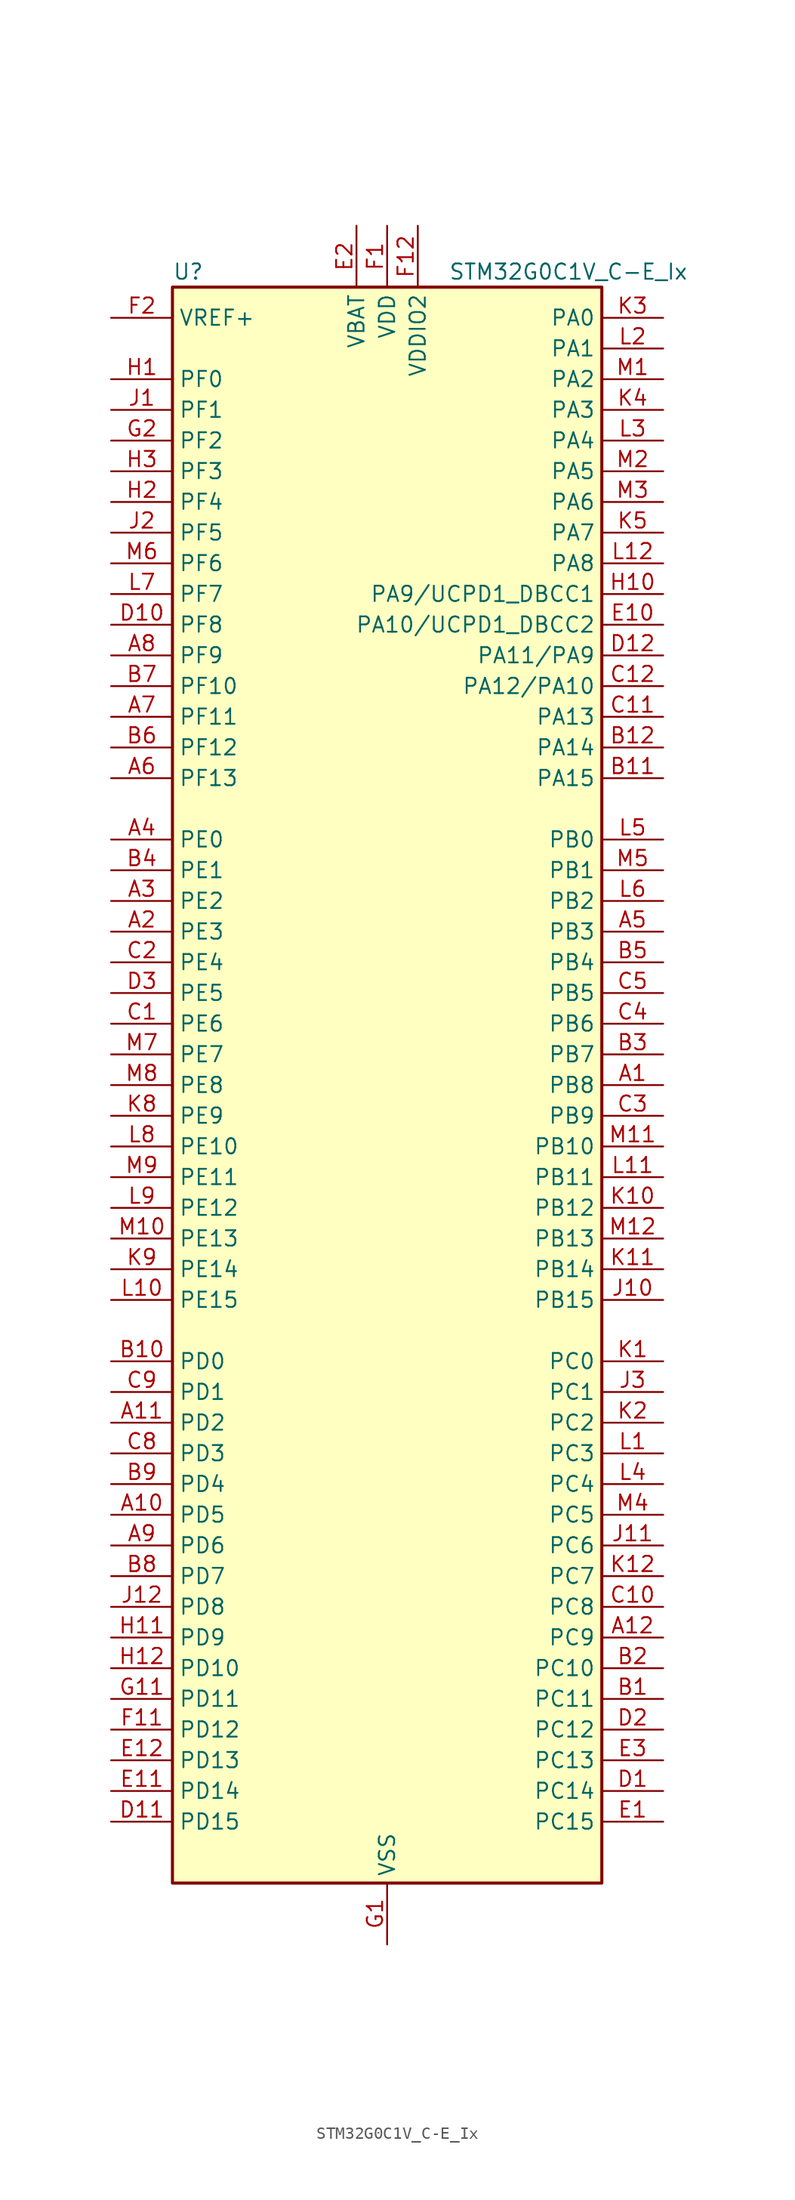
<source format=kicad_sym>
(kicad_symbol_lib
  (version 20211014)
  (generator kicad-library-utils)
  (symbol "STM32G0C1V_C-E_Ix"
    (property "Reference" "U"
      (at -17.78 67.31 0)
      (effects (font (size 1.27 1.27)) (justify left)))
    (property "Value" "STM32G0C1V_C-E_Ix"
      (at 5.08 67.31 0)
      (effects (font (size 1.27 1.27)) (justify left)))
    (property "ki_fp_filters" "*UFBGA*7x7mm*Layout12x12*P0.5mm*"
      (at 0.0 0.0 0.0)
      (effects (font (size 1.27 1.27))))
    (symbol "STM32G0C1V_C-E_Ix_0_1"
      (rectangle (start -17.78 -66.04) (end 17.78 66.04) (stroke (width 0.254)) (fill (type background))))
    (symbol "STM32G0C1V_C-E_Ix_1_1"
      (pin input line (at -22.86 63.5 0) (length 5.08) (name "VREF+" (effects (font (size 1.27 1.27)))) (number "F2" (effects (font (size 1.27 1.27)))) (alternate "VREFBUF_OUT" bidirectional line))
      (pin bidirectional line (at -22.86 58.42 0) (length 5.08) (name "PF0" (effects (font (size 1.27 1.27)))) (number "H1" (effects (font (size 1.27 1.27)))) (alternate "CRS1_SYNC" bidirectional line) (alternate "RCC_OSC_IN" bidirectional line) (alternate "TIM14_CH1" bidirectional line))
      (pin bidirectional line (at -22.86 55.88 0) (length 5.08) (name "PF1" (effects (font (size 1.27 1.27)))) (number "J1" (effects (font (size 1.27 1.27)))) (alternate "RCC_OSC_EN" bidirectional line) (alternate "RCC_OSC_OUT" bidirectional line) (alternate "TIM15_CH1N" bidirectional line))
      (pin bidirectional line (at -22.86 53.34 0) (length 5.08) (name "PF2" (effects (font (size 1.27 1.27)))) (number "G2" (effects (font (size 1.27 1.27)))) (alternate "LPUART2_DE" bidirectional line) (alternate "LPUART2_RTS" bidirectional line) (alternate "LPUART2_TX" bidirectional line) (alternate "RCC_MCO" bidirectional line))
      (pin bidirectional line (at -22.86 50.8 0) (length 5.08) (name "PF3" (effects (font (size 1.27 1.27)))) (number "H3" (effects (font (size 1.27 1.27)))) (alternate "LPUART2_RX" bidirectional line) (alternate "USART6_CK" bidirectional line) (alternate "USART6_DE" bidirectional line) (alternate "USART6_RTS" bidirectional line))
      (pin bidirectional line (at -22.86 48.26 0) (length 5.08) (name "PF4" (effects (font (size 1.27 1.27)))) (number "H2" (effects (font (size 1.27 1.27)))) (alternate "LPUART1_TX" bidirectional line))
      (pin bidirectional line (at -22.86 45.72 0) (length 5.08) (name "PF5" (effects (font (size 1.27 1.27)))) (number "J2" (effects (font (size 1.27 1.27)))) (alternate "LPUART1_RX" bidirectional line))
      (pin bidirectional line (at -22.86 43.18 0) (length 5.08) (name "PF6" (effects (font (size 1.27 1.27)))) (number "M6" (effects (font (size 1.27 1.27)))) (alternate "LPUART1_DE" bidirectional line) (alternate "LPUART1_RTS" bidirectional line))
      (pin bidirectional line (at -22.86 40.64 0) (length 5.08) (name "PF7" (effects (font (size 1.27 1.27)))) (number "L7" (effects (font (size 1.27 1.27)))) (alternate "LPUART1_CTS" bidirectional line) (alternate "USART5_CTS" bidirectional line) (alternate "USART5_NSS" bidirectional line))
      (pin bidirectional line (at -22.86 38.1 0) (length 5.08) (name "PF8" (effects (font (size 1.27 1.27)))) (number "D10" (effects (font (size 1.27 1.27)))))
      (pin bidirectional line (at -22.86 35.56 0) (length 5.08) (name "PF9" (effects (font (size 1.27 1.27)))) (number "A8" (effects (font (size 1.27 1.27)))) (alternate "DAC1_EXTI9" bidirectional line) (alternate "USART6_TX" bidirectional line))
      (pin bidirectional line (at -22.86 33.02 0) (length 5.08) (name "PF10" (effects (font (size 1.27 1.27)))) (number "B7" (effects (font (size 1.27 1.27)))) (alternate "USART6_RX" bidirectional line))
      (pin bidirectional line (at -22.86 30.48 0) (length 5.08) (name "PF11" (effects (font (size 1.27 1.27)))) (number "A7" (effects (font (size 1.27 1.27)))) (alternate "ADC1_EXTI11" bidirectional line) (alternate "USART6_CK" bidirectional line) (alternate "USART6_DE" bidirectional line) (alternate "USART6_RTS" bidirectional line))
      (pin bidirectional line (at -22.86 27.94 0) (length 5.08) (name "PF12" (effects (font (size 1.27 1.27)))) (number "B6" (effects (font (size 1.27 1.27)))) (alternate "TIM15_CH1" bidirectional line) (alternate "USART6_CTS" bidirectional line) (alternate "USART6_NSS" bidirectional line))
      (pin bidirectional line (at -22.86 25.4 0) (length 5.08) (name "PF13" (effects (font (size 1.27 1.27)))) (number "A6" (effects (font (size 1.27 1.27)))) (alternate "TIM15_CH2" bidirectional line))
      (pin bidirectional line (at -22.86 20.32 0) (length 5.08) (name "PE0" (effects (font (size 1.27 1.27)))) (number "A4" (effects (font (size 1.27 1.27)))) (alternate "TIM16_CH1" bidirectional line) (alternate "TIM4_ETR" bidirectional line))
      (pin bidirectional line (at -22.86 17.78 0) (length 5.08) (name "PE1" (effects (font (size 1.27 1.27)))) (number "B4" (effects (font (size 1.27 1.27)))) (alternate "TIM17_CH1" bidirectional line))
      (pin bidirectional line (at -22.86 15.24 0) (length 5.08) (name "PE2" (effects (font (size 1.27 1.27)))) (number "A3" (effects (font (size 1.27 1.27)))) (alternate "TIM3_ETR" bidirectional line))
      (pin bidirectional line (at -22.86 12.7 0) (length 5.08) (name "PE3" (effects (font (size 1.27 1.27)))) (number "A2" (effects (font (size 1.27 1.27)))) (alternate "TIM3_CH1" bidirectional line))
      (pin bidirectional line (at -22.86 10.16 0) (length 5.08) (name "PE4" (effects (font (size 1.27 1.27)))) (number "C2" (effects (font (size 1.27 1.27)))) (alternate "TIM3_CH2" bidirectional line))
      (pin bidirectional line (at -22.86 7.62 0) (length 5.08) (name "PE5" (effects (font (size 1.27 1.27)))) (number "D3" (effects (font (size 1.27 1.27)))) (alternate "TIM3_CH3" bidirectional line))
      (pin bidirectional line (at -22.86 5.08 0) (length 5.08) (name "PE6" (effects (font (size 1.27 1.27)))) (number "C1" (effects (font (size 1.27 1.27)))) (alternate "RTC_TAMP_IN3" bidirectional line) (alternate "SYS_WKUP3" bidirectional line) (alternate "TIM3_CH4" bidirectional line))
      (pin bidirectional line (at -22.86 2.54 0) (length 5.08) (name "PE7" (effects (font (size 1.27 1.27)))) (number "M7" (effects (font (size 1.27 1.27)))) (alternate "COMP3_INP" bidirectional line) (alternate "TIM1_ETR" bidirectional line) (alternate "USART5_CK" bidirectional line) (alternate "USART5_DE" bidirectional line) (alternate "USART5_RTS" bidirectional line))
      (pin bidirectional line (at -22.86 0.0 0) (length 5.08) (name "PE8" (effects (font (size 1.27 1.27)))) (number "M8" (effects (font (size 1.27 1.27)))) (alternate "COMP3_INM" bidirectional line) (alternate "TIM1_CH1N" bidirectional line) (alternate "USART4_TX" bidirectional line))
      (pin bidirectional line (at -22.86 -2.54 0) (length 5.08) (name "PE9" (effects (font (size 1.27 1.27)))) (number "K8" (effects (font (size 1.27 1.27)))) (alternate "DAC1_EXTI9" bidirectional line) (alternate "TIM1_CH1" bidirectional line) (alternate "USART4_RX" bidirectional line))
      (pin bidirectional line (at -22.86 -5.08 0) (length 5.08) (name "PE10" (effects (font (size 1.27 1.27)))) (number "L8" (effects (font (size 1.27 1.27)))) (alternate "TIM1_CH2N" bidirectional line) (alternate "USART5_TX" bidirectional line))
      (pin bidirectional line (at -22.86 -7.62 0) (length 5.08) (name "PE11" (effects (font (size 1.27 1.27)))) (number "M9" (effects (font (size 1.27 1.27)))) (alternate "ADC1_EXTI11" bidirectional line) (alternate "TIM1_CH2" bidirectional line) (alternate "USART5_RX" bidirectional line))
      (pin bidirectional line (at -22.86 -10.16 0) (length 5.08) (name "PE12" (effects (font (size 1.27 1.27)))) (number "L9" (effects (font (size 1.27 1.27)))) (alternate "I2S1_WS" bidirectional line) (alternate "SPI1_NSS" bidirectional line) (alternate "TIM1_CH3N" bidirectional line))
      (pin bidirectional line (at -22.86 -12.7 0) (length 5.08) (name "PE13" (effects (font (size 1.27 1.27)))) (number "M10" (effects (font (size 1.27 1.27)))) (alternate "I2S1_CK" bidirectional line) (alternate "SPI1_SCK" bidirectional line) (alternate "TIM1_CH3" bidirectional line))
      (pin bidirectional line (at -22.86 -15.24 0) (length 5.08) (name "PE14" (effects (font (size 1.27 1.27)))) (number "K9" (effects (font (size 1.27 1.27)))) (alternate "I2S1_MCK" bidirectional line) (alternate "SPI1_MISO" bidirectional line) (alternate "TIM1_BK2" bidirectional line) (alternate "TIM1_CH4" bidirectional line))
      (pin bidirectional line (at -22.86 -17.78 0) (length 5.08) (name "PE15" (effects (font (size 1.27 1.27)))) (number "L10" (effects (font (size 1.27 1.27)))) (alternate "I2S1_SD" bidirectional line) (alternate "SPI1_MOSI" bidirectional line) (alternate "TIM1_BK" bidirectional line))
      (pin bidirectional line (at -22.86 -22.86 0) (length 5.08) (name "PD0" (effects (font (size 1.27 1.27)))) (number "B10" (effects (font (size 1.27 1.27)))) (alternate "FDCAN1_RX" bidirectional line) (alternate "I2S2_WS" bidirectional line) (alternate "SPI2_NSS" bidirectional line) (alternate "TIM16_CH1" bidirectional line) (alternate "UCPD2_CC1" bidirectional line))
      (pin bidirectional line (at -22.86 -25.4 0) (length 5.08) (name "PD1" (effects (font (size 1.27 1.27)))) (number "C9" (effects (font (size 1.27 1.27)))) (alternate "FDCAN1_TX" bidirectional line) (alternate "I2S2_CK" bidirectional line) (alternate "SPI2_SCK" bidirectional line) (alternate "TIM17_CH1" bidirectional line) (alternate "UCPD2_DBCC1" bidirectional line))
      (pin bidirectional line (at -22.86 -27.94 0) (length 5.08) (name "PD2" (effects (font (size 1.27 1.27)))) (number "A11" (effects (font (size 1.27 1.27)))) (alternate "TIM1_CH1N" bidirectional line) (alternate "TIM3_ETR" bidirectional line) (alternate "UCPD2_CC2" bidirectional line) (alternate "USART3_CK" bidirectional line) (alternate "USART3_DE" bidirectional line) (alternate "USART3_RTS" bidirectional line) (alternate "USART5_RX" bidirectional line))
      (pin bidirectional line (at -22.86 -30.48 0) (length 5.08) (name "PD3" (effects (font (size 1.27 1.27)))) (number "C8" (effects (font (size 1.27 1.27)))) (alternate "I2S2_MCK" bidirectional line) (alternate "SPI2_MISO" bidirectional line) (alternate "TIM1_CH2N" bidirectional line) (alternate "UCPD2_DBCC2" bidirectional line) (alternate "USART2_CTS" bidirectional line) (alternate "USART2_NSS" bidirectional line) (alternate "USART5_TX" bidirectional line))
      (pin bidirectional line (at -22.86 -33.02 0) (length 5.08) (name "PD4" (effects (font (size 1.27 1.27)))) (number "B9" (effects (font (size 1.27 1.27)))) (alternate "I2S2_SD" bidirectional line) (alternate "SPI2_MOSI" bidirectional line) (alternate "TIM1_CH3N" bidirectional line) (alternate "USART2_CK" bidirectional line) (alternate "USART2_DE" bidirectional line) (alternate "USART2_RTS" bidirectional line) (alternate "USART5_CK" bidirectional line) (alternate "USART5_DE" bidirectional line) (alternate "USART5_RTS" bidirectional line))
      (pin bidirectional line (at -22.86 -35.56 0) (length 5.08) (name "PD5" (effects (font (size 1.27 1.27)))) (number "A10" (effects (font (size 1.27 1.27)))) (alternate "I2S1_MCK" bidirectional line) (alternate "SPI1_MISO" bidirectional line) (alternate "TIM1_BK" bidirectional line) (alternate "USART2_TX" bidirectional line) (alternate "USART5_CTS" bidirectional line) (alternate "USART5_NSS" bidirectional line))
      (pin bidirectional line (at -22.86 -38.1 0) (length 5.08) (name "PD6" (effects (font (size 1.27 1.27)))) (number "A9" (effects (font (size 1.27 1.27)))) (alternate "I2S1_SD" bidirectional line) (alternate "LPTIM2_OUT" bidirectional line) (alternate "SPI1_MOSI" bidirectional line) (alternate "USART2_RX" bidirectional line))
      (pin bidirectional line (at -22.86 -40.64 0) (length 5.08) (name "PD7" (effects (font (size 1.27 1.27)))) (number "B8" (effects (font (size 1.27 1.27)))) (alternate "RCC_MCO_2" bidirectional line))
      (pin bidirectional line (at -22.86 -43.18 0) (length 5.08) (name "PD8" (effects (font (size 1.27 1.27)))) (number "J12" (effects (font (size 1.27 1.27)))) (alternate "I2S1_CK" bidirectional line) (alternate "LPTIM1_OUT" bidirectional line) (alternate "SPI1_SCK" bidirectional line) (alternate "USART3_TX" bidirectional line))
      (pin bidirectional line (at -22.86 -45.72 0) (length 5.08) (name "PD9" (effects (font (size 1.27 1.27)))) (number "H11" (effects (font (size 1.27 1.27)))) (alternate "DAC1_EXTI9" bidirectional line) (alternate "I2S1_WS" bidirectional line) (alternate "SPI1_NSS" bidirectional line) (alternate "TIM1_BK2" bidirectional line) (alternate "USART3_RX" bidirectional line))
      (pin bidirectional line (at -22.86 -48.26 0) (length 5.08) (name "PD10" (effects (font (size 1.27 1.27)))) (number "H12" (effects (font (size 1.27 1.27)))) (alternate "RCC_MCO" bidirectional line))
      (pin bidirectional line (at -22.86 -50.8 0) (length 5.08) (name "PD11" (effects (font (size 1.27 1.27)))) (number "G11" (effects (font (size 1.27 1.27)))) (alternate "ADC1_EXTI11" bidirectional line) (alternate "LPTIM2_ETR" bidirectional line) (alternate "USART3_CTS" bidirectional line) (alternate "USART3_NSS" bidirectional line))
      (pin bidirectional line (at -22.86 -53.34 0) (length 5.08) (name "PD12" (effects (font (size 1.27 1.27)))) (number "F11" (effects (font (size 1.27 1.27)))) (alternate "FDCAN1_RX" bidirectional line) (alternate "LPTIM2_IN1" bidirectional line) (alternate "TIM4_CH1" bidirectional line) (alternate "USART3_CK" bidirectional line) (alternate "USART3_DE" bidirectional line) (alternate "USART3_RTS" bidirectional line))
      (pin bidirectional line (at -22.86 -55.88 0) (length 5.08) (name "PD13" (effects (font (size 1.27 1.27)))) (number "E12" (effects (font (size 1.27 1.27)))) (alternate "FDCAN1_TX" bidirectional line) (alternate "LPTIM2_OUT" bidirectional line) (alternate "TIM4_CH2" bidirectional line))
      (pin bidirectional line (at -22.86 -58.42 0) (length 5.08) (name "PD14" (effects (font (size 1.27 1.27)))) (number "E11" (effects (font (size 1.27 1.27)))) (alternate "FDCAN2_RX" bidirectional line) (alternate "LPUART2_CTS" bidirectional line) (alternate "TIM4_CH3" bidirectional line))
      (pin bidirectional line (at -22.86 -60.96 0) (length 5.08) (name "PD15" (effects (font (size 1.27 1.27)))) (number "D11" (effects (font (size 1.27 1.27)))) (alternate "CRS1_SYNC" bidirectional line) (alternate "FDCAN2_TX" bidirectional line) (alternate "LPUART2_DE" bidirectional line) (alternate "LPUART2_RTS" bidirectional line) (alternate "TIM4_CH4" bidirectional line))
      (pin bidirectional line (at 22.86 63.5 180) (length 5.08) (name "PA0" (effects (font (size 1.27 1.27)))) (number "K3" (effects (font (size 1.27 1.27)))) (alternate "ADC1_IN0" bidirectional line) (alternate "COMP1_INM" bidirectional line) (alternate "COMP1_OUT" bidirectional line) (alternate "I2S2_CK" bidirectional line) (alternate "LPTIM1_OUT" bidirectional line) (alternate "RTC_TAMP_IN2" bidirectional line) (alternate "SPI2_SCK" bidirectional line) (alternate "SYS_WKUP1" bidirectional line) (alternate "TIM2_CH1" bidirectional line) (alternate "TIM2_ETR" bidirectional line) (alternate "UCPD2_FRSTX1" bidirectional line) (alternate "UCPD2_FRSTX2" bidirectional line) (alternate "USART2_CTS" bidirectional line) (alternate "USART2_NSS" bidirectional line) (alternate "USART4_TX" bidirectional line))
      (pin bidirectional line (at 22.86 60.96 180) (length 5.08) (name "PA1" (effects (font (size 1.27 1.27)))) (number "L2" (effects (font (size 1.27 1.27)))) (alternate "ADC1_IN1" bidirectional line) (alternate "COMP1_INP" bidirectional line) (alternate "I2C1_SMBA" bidirectional line) (alternate "I2S1_CK" bidirectional line) (alternate "SPI1_SCK" bidirectional line) (alternate "TIM15_CH1N" bidirectional line) (alternate "TIM2_CH2" bidirectional line) (alternate "USART2_CK" bidirectional line) (alternate "USART2_DE" bidirectional line) (alternate "USART2_RTS" bidirectional line) (alternate "USART4_RX" bidirectional line))
      (pin bidirectional line (at 22.86 58.42 180) (length 5.08) (name "PA2" (effects (font (size 1.27 1.27)))) (number "M1" (effects (font (size 1.27 1.27)))) (alternate "ADC1_IN2" bidirectional line) (alternate "COMP2_INM" bidirectional line) (alternate "COMP2_OUT" bidirectional line) (alternate "I2S1_SD" bidirectional line) (alternate "LPUART1_TX" bidirectional line) (alternate "RCC_LSCO" bidirectional line) (alternate "SPI1_MOSI" bidirectional line) (alternate "SYS_WKUP4" bidirectional line) (alternate "TIM15_CH1" bidirectional line) (alternate "TIM2_CH3" bidirectional line) (alternate "UCPD1_FRSTX1" bidirectional line) (alternate "UCPD1_FRSTX2" bidirectional line) (alternate "USART2_TX" bidirectional line))
      (pin bidirectional line (at 22.86 55.88 180) (length 5.08) (name "PA3" (effects (font (size 1.27 1.27)))) (number "K4" (effects (font (size 1.27 1.27)))) (alternate "ADC1_IN3" bidirectional line) (alternate "COMP2_INP" bidirectional line) (alternate "I2S2_MCK" bidirectional line) (alternate "LPUART1_RX" bidirectional line) (alternate "SPI2_MISO" bidirectional line) (alternate "TIM15_CH2" bidirectional line) (alternate "TIM2_CH4" bidirectional line) (alternate "UCPD2_FRSTX1" bidirectional line) (alternate "UCPD2_FRSTX2" bidirectional line) (alternate "USART2_RX" bidirectional line))
      (pin bidirectional line (at 22.86 53.34 180) (length 5.08) (name "PA4" (effects (font (size 1.27 1.27)))) (number "L3" (effects (font (size 1.27 1.27)))) (alternate "ADC1_IN4" bidirectional line) (alternate "DAC1_OUT1" bidirectional line) (alternate "I2S1_WS" bidirectional line) (alternate "I2S2_SD" bidirectional line) (alternate "LPTIM2_OUT" bidirectional line) (alternate "RTC_OUT2" bidirectional line) (alternate "SPI1_NSS" bidirectional line) (alternate "SPI2_MOSI" bidirectional line) (alternate "SPI3_NSS" bidirectional line) (alternate "TIM14_CH1" bidirectional line) (alternate "UCPD2_FRSTX1" bidirectional line) (alternate "UCPD2_FRSTX2" bidirectional line) (alternate "USART6_TX" bidirectional line) (alternate "USB_NOE" bidirectional line))
      (pin bidirectional line (at 22.86 50.8 180) (length 5.08) (name "PA5" (effects (font (size 1.27 1.27)))) (number "M2" (effects (font (size 1.27 1.27)))) (alternate "ADC1_IN5" bidirectional line) (alternate "CEC" bidirectional line) (alternate "DAC1_OUT2" bidirectional line) (alternate "I2S1_CK" bidirectional line) (alternate "LPTIM2_ETR" bidirectional line) (alternate "SPI1_SCK" bidirectional line) (alternate "TIM2_CH1" bidirectional line) (alternate "TIM2_ETR" bidirectional line) (alternate "UCPD1_FRSTX1" bidirectional line) (alternate "UCPD1_FRSTX2" bidirectional line) (alternate "USART3_TX" bidirectional line) (alternate "USART6_RX" bidirectional line))
      (pin bidirectional line (at 22.86 48.26 180) (length 5.08) (name "PA6" (effects (font (size 1.27 1.27)))) (number "M3" (effects (font (size 1.27 1.27)))) (alternate "ADC1_IN6" bidirectional line) (alternate "COMP1_OUT" bidirectional line) (alternate "I2C2_SDA" bidirectional line) (alternate "I2C3_SDA" bidirectional line) (alternate "I2S1_MCK" bidirectional line) (alternate "LPUART1_CTS" bidirectional line) (alternate "SPI1_MISO" bidirectional line) (alternate "TIM16_CH1" bidirectional line) (alternate "TIM1_BK" bidirectional line) (alternate "TIM3_CH1" bidirectional line) (alternate "USART3_CTS" bidirectional line) (alternate "USART3_NSS" bidirectional line) (alternate "USART6_CTS" bidirectional line) (alternate "USART6_NSS" bidirectional line))
      (pin bidirectional line (at 22.86 45.72 180) (length 5.08) (name "PA7" (effects (font (size 1.27 1.27)))) (number "K5" (effects (font (size 1.27 1.27)))) (alternate "ADC1_IN7" bidirectional line) (alternate "COMP2_OUT" bidirectional line) (alternate "I2C2_SCL" bidirectional line) (alternate "I2C3_SCL" bidirectional line) (alternate "I2S1_SD" bidirectional line) (alternate "SPI1_MOSI" bidirectional line) (alternate "TIM14_CH1" bidirectional line) (alternate "TIM17_CH1" bidirectional line) (alternate "TIM1_CH1N" bidirectional line) (alternate "TIM3_CH2" bidirectional line) (alternate "UCPD1_FRSTX1" bidirectional line) (alternate "UCPD1_FRSTX2" bidirectional line) (alternate "USART6_CK" bidirectional line) (alternate "USART6_DE" bidirectional line) (alternate "USART6_RTS" bidirectional line))
      (pin bidirectional line (at 22.86 43.18 180) (length 5.08) (name "PA8" (effects (font (size 1.27 1.27)))) (number "L12" (effects (font (size 1.27 1.27)))) (alternate "CRS1_SYNC" bidirectional line) (alternate "I2C2_SMBA" bidirectional line) (alternate "I2S2_WS" bidirectional line) (alternate "LPTIM2_OUT" bidirectional line) (alternate "RCC_MCO" bidirectional line) (alternate "SPI2_NSS" bidirectional line) (alternate "TIM1_CH1" bidirectional line) (alternate "UCPD1_CC1" bidirectional line))
      (pin bidirectional line (at 22.86 40.64 180) (length 5.08) (name "PA9/UCPD1_DBCC1" (effects (font (size 1.27 1.27)))) (number "H10" (effects (font (size 1.27 1.27)))) (alternate "DAC1_EXTI9" bidirectional line) (alternate "I2C1_SCL" bidirectional line) (alternate "I2C2_SCL" bidirectional line) (alternate "I2S2_MCK" bidirectional line) (alternate "RCC_MCO" bidirectional line) (alternate "SPI2_MISO" bidirectional line) (alternate "TIM15_BK" bidirectional line) (alternate "TIM1_CH2" bidirectional line) (alternate "UCPD1_DBCC1" bidirectional line) (alternate "USART1_TX" bidirectional line))
      (pin bidirectional line (at 22.86 38.1 180) (length 5.08) (name "PA10/UCPD1_DBCC2" (effects (font (size 1.27 1.27)))) (number "E10" (effects (font (size 1.27 1.27)))) (alternate "I2C1_SDA" bidirectional line) (alternate "I2C2_SDA" bidirectional line) (alternate "I2S2_SD" bidirectional line) (alternate "RCC_MCO_2" bidirectional line) (alternate "SPI2_MOSI" bidirectional line) (alternate "TIM17_BK" bidirectional line) (alternate "TIM1_CH3" bidirectional line) (alternate "UCPD1_DBCC2" bidirectional line) (alternate "USART1_RX" bidirectional line))
      (pin bidirectional line (at 22.86 35.56 180) (length 5.08) (name "PA11/PA9" (effects (font (size 1.27 1.27)))) (number "D12" (effects (font (size 1.27 1.27)))) (alternate "ADC1_EXTI11" bidirectional line) (alternate "COMP1_OUT" bidirectional line) (alternate "FDCAN1_RX" bidirectional line) (alternate "I2C2_SCL" bidirectional line) (alternate "I2S1_MCK" bidirectional line) (alternate "SPI1_MISO" bidirectional line) (alternate "TIM1_BK2" bidirectional line) (alternate "TIM1_CH4" bidirectional line) (alternate "USART1_CTS" bidirectional line) (alternate "USART1_NSS" bidirectional line) (alternate "USB_DM" bidirectional line))
      (pin bidirectional line (at 22.86 33.02 180) (length 5.08) (name "PA12/PA10" (effects (font (size 1.27 1.27)))) (number "C12" (effects (font (size 1.27 1.27)))) (alternate "COMP2_OUT" bidirectional line) (alternate "FDCAN1_TX" bidirectional line) (alternate "I2C2_SDA" bidirectional line) (alternate "I2S1_SD" bidirectional line) (alternate "I2S_CKIN" bidirectional line) (alternate "SPI1_MOSI" bidirectional line) (alternate "TIM1_ETR" bidirectional line) (alternate "USART1_CK" bidirectional line) (alternate "USART1_DE" bidirectional line) (alternate "USART1_RTS" bidirectional line) (alternate "USB_DP" bidirectional line))
      (pin bidirectional line (at 22.86 30.48 180) (length 5.08) (name "PA13" (effects (font (size 1.27 1.27)))) (number "C11" (effects (font (size 1.27 1.27)))) (alternate "IR_OUT" bidirectional line) (alternate "LPUART2_RX" bidirectional line) (alternate "SYS_SWDIO" bidirectional line) (alternate "USB_NOE" bidirectional line))
      (pin bidirectional line (at 22.86 27.94 180) (length 5.08) (name "PA14" (effects (font (size 1.27 1.27)))) (number "B12" (effects (font (size 1.27 1.27)))) (alternate "LPUART2_TX" bidirectional line) (alternate "SYS_SWCLK" bidirectional line) (alternate "USART2_TX" bidirectional line))
      (pin bidirectional line (at 22.86 25.4 180) (length 5.08) (name "PA15" (effects (font (size 1.27 1.27)))) (number "B11" (effects (font (size 1.27 1.27)))) (alternate "I2C2_SMBA" bidirectional line) (alternate "I2S1_WS" bidirectional line) (alternate "RCC_MCO_2" bidirectional line) (alternate "SPI1_NSS" bidirectional line) (alternate "SPI3_NSS" bidirectional line) (alternate "TIM2_CH1" bidirectional line) (alternate "TIM2_ETR" bidirectional line) (alternate "USART2_RX" bidirectional line) (alternate "USART3_CK" bidirectional line) (alternate "USART3_DE" bidirectional line) (alternate "USART3_RTS" bidirectional line) (alternate "USART4_CK" bidirectional line) (alternate "USART4_DE" bidirectional line) (alternate "USART4_RTS" bidirectional line) (alternate "USB_NOE" bidirectional line))
      (pin bidirectional line (at 22.86 20.32 180) (length 5.08) (name "PB0" (effects (font (size 1.27 1.27)))) (number "L5" (effects (font (size 1.27 1.27)))) (alternate "ADC1_IN8" bidirectional line) (alternate "COMP1_OUT" bidirectional line) (alternate "COMP3_INP" bidirectional line) (alternate "FDCAN2_RX" bidirectional line) (alternate "I2S1_WS" bidirectional line) (alternate "LPTIM1_OUT" bidirectional line) (alternate "LPUART2_CTS" bidirectional line) (alternate "SPI1_NSS" bidirectional line) (alternate "TIM1_CH2N" bidirectional line) (alternate "TIM3_CH3" bidirectional line) (alternate "UCPD1_FRSTX1" bidirectional line) (alternate "UCPD1_FRSTX2" bidirectional line) (alternate "USART3_RX" bidirectional line) (alternate "USART5_TX" bidirectional line))
      (pin bidirectional line (at 22.86 17.78 180) (length 5.08) (name "PB1" (effects (font (size 1.27 1.27)))) (number "M5" (effects (font (size 1.27 1.27)))) (alternate "ADC1_IN9" bidirectional line) (alternate "COMP1_INM" bidirectional line) (alternate "COMP3_OUT" bidirectional line) (alternate "FDCAN2_TX" bidirectional line) (alternate "LPTIM2_IN1" bidirectional line) (alternate "LPUART1_DE" bidirectional line) (alternate "LPUART1_RTS" bidirectional line) (alternate "LPUART2_DE" bidirectional line) (alternate "LPUART2_RTS" bidirectional line) (alternate "TIM14_CH1" bidirectional line) (alternate "TIM1_CH3N" bidirectional line) (alternate "TIM3_CH4" bidirectional line) (alternate "USART3_CK" bidirectional line) (alternate "USART3_DE" bidirectional line) (alternate "USART3_RTS" bidirectional line) (alternate "USART5_RX" bidirectional line))
      (pin bidirectional line (at 22.86 15.24 180) (length 5.08) (name "PB2" (effects (font (size 1.27 1.27)))) (number "L6" (effects (font (size 1.27 1.27)))) (alternate "ADC1_IN10" bidirectional line) (alternate "COMP1_INP" bidirectional line) (alternate "COMP3_INM" bidirectional line) (alternate "I2S2_MCK" bidirectional line) (alternate "LPTIM1_OUT" bidirectional line) (alternate "RCC_MCO_2" bidirectional line) (alternate "SPI2_MISO" bidirectional line) (alternate "USART3_TX" bidirectional line))
      (pin bidirectional line (at 22.86 12.7 180) (length 5.08) (name "PB3" (effects (font (size 1.27 1.27)))) (number "A5" (effects (font (size 1.27 1.27)))) (alternate "COMP2_INM" bidirectional line) (alternate "I2C2_SCL" bidirectional line) (alternate "I2C3_SCL" bidirectional line) (alternate "I2S1_CK" bidirectional line) (alternate "SPI1_SCK" bidirectional line) (alternate "SPI3_SCK" bidirectional line) (alternate "TIM1_CH2" bidirectional line) (alternate "TIM2_CH2" bidirectional line) (alternate "USART1_CK" bidirectional line) (alternate "USART1_DE" bidirectional line) (alternate "USART1_RTS" bidirectional line) (alternate "USART5_TX" bidirectional line))
      (pin bidirectional line (at 22.86 10.16 180) (length 5.08) (name "PB4" (effects (font (size 1.27 1.27)))) (number "B5" (effects (font (size 1.27 1.27)))) (alternate "COMP2_INP" bidirectional line) (alternate "I2C2_SDA" bidirectional line) (alternate "I2C3_SDA" bidirectional line) (alternate "I2S1_MCK" bidirectional line) (alternate "SPI1_MISO" bidirectional line) (alternate "SPI3_MISO" bidirectional line) (alternate "TIM17_BK" bidirectional line) (alternate "TIM3_CH1" bidirectional line) (alternate "USART1_CTS" bidirectional line) (alternate "USART1_NSS" bidirectional line) (alternate "USART5_RX" bidirectional line))
      (pin bidirectional line (at 22.86 7.62 180) (length 5.08) (name "PB5" (effects (font (size 1.27 1.27)))) (number "C5" (effects (font (size 1.27 1.27)))) (alternate "COMP2_OUT" bidirectional line) (alternate "FDCAN2_RX" bidirectional line) (alternate "I2C1_SMBA" bidirectional line) (alternate "I2S1_SD" bidirectional line) (alternate "LPTIM1_IN1" bidirectional line) (alternate "SPI1_MOSI" bidirectional line) (alternate "SPI3_MOSI" bidirectional line) (alternate "SYS_WKUP6" bidirectional line) (alternate "TIM16_BK" bidirectional line) (alternate "TIM3_CH2" bidirectional line) (alternate "USART5_CK" bidirectional line) (alternate "USART5_DE" bidirectional line) (alternate "USART5_RTS" bidirectional line))
      (pin bidirectional line (at 22.86 5.08 180) (length 5.08) (name "PB6" (effects (font (size 1.27 1.27)))) (number "C4" (effects (font (size 1.27 1.27)))) (alternate "COMP2_INP" bidirectional line) (alternate "FDCAN2_TX" bidirectional line) (alternate "I2C1_SCL" bidirectional line) (alternate "I2S2_MCK" bidirectional line) (alternate "LPTIM1_ETR" bidirectional line) (alternate "LPUART2_TX" bidirectional line) (alternate "SPI2_MISO" bidirectional line) (alternate "TIM16_CH1N" bidirectional line) (alternate "TIM1_CH3" bidirectional line) (alternate "TIM4_CH1" bidirectional line) (alternate "USART1_TX" bidirectional line) (alternate "USART5_CTS" bidirectional line) (alternate "USART5_NSS" bidirectional line))
      (pin bidirectional line (at 22.86 2.54 180) (length 5.08) (name "PB7" (effects (font (size 1.27 1.27)))) (number "B3" (effects (font (size 1.27 1.27)))) (alternate "COMP2_INM" bidirectional line) (alternate "I2C1_SDA" bidirectional line) (alternate "I2S2_SD" bidirectional line) (alternate "LPTIM1_IN2" bidirectional line) (alternate "LPUART2_RX" bidirectional line) (alternate "SPI2_MOSI" bidirectional line) (alternate "SYS_PVD_IN" bidirectional line) (alternate "TIM17_CH1N" bidirectional line) (alternate "TIM4_CH2" bidirectional line) (alternate "USART1_RX" bidirectional line) (alternate "USART4_CTS" bidirectional line) (alternate "USART4_NSS" bidirectional line))
      (pin bidirectional line (at 22.86 0.0 180) (length 5.08) (name "PB8" (effects (font (size 1.27 1.27)))) (number "A1" (effects (font (size 1.27 1.27)))) (alternate "CEC" bidirectional line) (alternate "FDCAN1_RX" bidirectional line) (alternate "I2C1_SCL" bidirectional line) (alternate "I2S2_CK" bidirectional line) (alternate "SPI2_SCK" bidirectional line) (alternate "TIM15_BK" bidirectional line) (alternate "TIM16_CH1" bidirectional line) (alternate "TIM4_CH3" bidirectional line) (alternate "USART3_TX" bidirectional line) (alternate "USART6_TX" bidirectional line))
      (pin bidirectional line (at 22.86 -2.54 180) (length 5.08) (name "PB9" (effects (font (size 1.27 1.27)))) (number "C3" (effects (font (size 1.27 1.27)))) (alternate "DAC1_EXTI9" bidirectional line) (alternate "FDCAN1_TX" bidirectional line) (alternate "I2C1_SDA" bidirectional line) (alternate "I2S2_WS" bidirectional line) (alternate "IR_OUT" bidirectional line) (alternate "SPI2_NSS" bidirectional line) (alternate "TIM17_CH1" bidirectional line) (alternate "TIM4_CH4" bidirectional line) (alternate "UCPD2_FRSTX1" bidirectional line) (alternate "UCPD2_FRSTX2" bidirectional line) (alternate "USART3_RX" bidirectional line) (alternate "USART6_RX" bidirectional line))
      (pin bidirectional line (at 22.86 -5.08 180) (length 5.08) (name "PB10" (effects (font (size 1.27 1.27)))) (number "M11" (effects (font (size 1.27 1.27)))) (alternate "ADC1_IN11" bidirectional line) (alternate "CEC" bidirectional line) (alternate "COMP1_OUT" bidirectional line) (alternate "I2C2_SCL" bidirectional line) (alternate "I2S2_CK" bidirectional line) (alternate "LPUART1_RX" bidirectional line) (alternate "SPI2_SCK" bidirectional line) (alternate "TIM2_CH3" bidirectional line) (alternate "USART3_TX" bidirectional line))
      (pin bidirectional line (at 22.86 -7.62 180) (length 5.08) (name "PB11" (effects (font (size 1.27 1.27)))) (number "L11" (effects (font (size 1.27 1.27)))) (alternate "ADC1_EXTI11" bidirectional line) (alternate "ADC1_IN15" bidirectional line) (alternate "COMP2_OUT" bidirectional line) (alternate "I2C2_SDA" bidirectional line) (alternate "I2S2_SD" bidirectional line) (alternate "LPUART1_TX" bidirectional line) (alternate "SPI2_MOSI" bidirectional line) (alternate "TIM2_CH4" bidirectional line) (alternate "USART3_RX" bidirectional line))
      (pin bidirectional line (at 22.86 -10.16 180) (length 5.08) (name "PB12" (effects (font (size 1.27 1.27)))) (number "K10" (effects (font (size 1.27 1.27)))) (alternate "ADC1_IN16" bidirectional line) (alternate "FDCAN2_RX" bidirectional line) (alternate "I2C2_SMBA" bidirectional line) (alternate "I2S2_WS" bidirectional line) (alternate "LPUART1_DE" bidirectional line) (alternate "LPUART1_RTS" bidirectional line) (alternate "SPI2_NSS" bidirectional line) (alternate "TIM15_BK" bidirectional line) (alternate "TIM1_BK" bidirectional line) (alternate "UCPD2_FRSTX1" bidirectional line) (alternate "UCPD2_FRSTX2" bidirectional line))
      (pin bidirectional line (at 22.86 -12.7 180) (length 5.08) (name "PB13" (effects (font (size 1.27 1.27)))) (number "M12" (effects (font (size 1.27 1.27)))) (alternate "FDCAN2_TX" bidirectional line) (alternate "I2C2_SCL" bidirectional line) (alternate "I2S2_CK" bidirectional line) (alternate "LPUART1_CTS" bidirectional line) (alternate "SPI2_SCK" bidirectional line) (alternate "TIM15_CH1N" bidirectional line) (alternate "TIM1_CH1N" bidirectional line) (alternate "USART3_CTS" bidirectional line) (alternate "USART3_NSS" bidirectional line))
      (pin bidirectional line (at 22.86 -15.24 180) (length 5.08) (name "PB14" (effects (font (size 1.27 1.27)))) (number "K11" (effects (font (size 1.27 1.27)))) (alternate "I2C2_SDA" bidirectional line) (alternate "I2S2_MCK" bidirectional line) (alternate "SPI2_MISO" bidirectional line) (alternate "TIM15_CH1" bidirectional line) (alternate "TIM1_CH2N" bidirectional line) (alternate "UCPD1_FRSTX1" bidirectional line) (alternate "UCPD1_FRSTX2" bidirectional line) (alternate "USART3_CK" bidirectional line) (alternate "USART3_DE" bidirectional line) (alternate "USART3_RTS" bidirectional line) (alternate "USART6_CK" bidirectional line) (alternate "USART6_DE" bidirectional line) (alternate "USART6_RTS" bidirectional line))
      (pin bidirectional line (at 22.86 -17.78 180) (length 5.08) (name "PB15" (effects (font (size 1.27 1.27)))) (number "J10" (effects (font (size 1.27 1.27)))) (alternate "I2S2_SD" bidirectional line) (alternate "RTC_REFIN" bidirectional line) (alternate "SPI2_MOSI" bidirectional line) (alternate "TIM15_CH1N" bidirectional line) (alternate "TIM15_CH2" bidirectional line) (alternate "TIM1_CH3N" bidirectional line) (alternate "UCPD1_CC2" bidirectional line) (alternate "USART6_CTS" bidirectional line) (alternate "USART6_NSS" bidirectional line))
      (pin bidirectional line (at 22.86 -22.86 180) (length 5.08) (name "PC0" (effects (font (size 1.27 1.27)))) (number "K1" (effects (font (size 1.27 1.27)))) (alternate "COMP3_INM" bidirectional line) (alternate "COMP3_OUT" bidirectional line) (alternate "I2C3_SCL" bidirectional line) (alternate "LPTIM1_IN1" bidirectional line) (alternate "LPTIM2_IN1" bidirectional line) (alternate "LPUART1_RX" bidirectional line) (alternate "LPUART2_TX" bidirectional line) (alternate "USART6_TX" bidirectional line))
      (pin bidirectional line (at 22.86 -25.4 180) (length 5.08) (name "PC1" (effects (font (size 1.27 1.27)))) (number "J3" (effects (font (size 1.27 1.27)))) (alternate "COMP3_INP" bidirectional line) (alternate "I2C3_SDA" bidirectional line) (alternate "LPTIM1_OUT" bidirectional line) (alternate "LPUART1_TX" bidirectional line) (alternate "LPUART2_RX" bidirectional line) (alternate "TIM15_CH1" bidirectional line) (alternate "USART6_RX" bidirectional line))
      (pin bidirectional line (at 22.86 -27.94 180) (length 5.08) (name "PC2" (effects (font (size 1.27 1.27)))) (number "K2" (effects (font (size 1.27 1.27)))) (alternate "COMP3_OUT" bidirectional line) (alternate "FDCAN2_RX" bidirectional line) (alternate "I2S2_MCK" bidirectional line) (alternate "LPTIM1_IN2" bidirectional line) (alternate "SPI2_MISO" bidirectional line) (alternate "TIM15_CH2" bidirectional line))
      (pin bidirectional line (at 22.86 -30.48 180) (length 5.08) (name "PC3" (effects (font (size 1.27 1.27)))) (number "L1" (effects (font (size 1.27 1.27)))) (alternate "FDCAN2_TX" bidirectional line) (alternate "I2S2_SD" bidirectional line) (alternate "LPTIM1_ETR" bidirectional line) (alternate "LPTIM2_ETR" bidirectional line) (alternate "SPI2_MOSI" bidirectional line))
      (pin bidirectional line (at 22.86 -33.02 180) (length 5.08) (name "PC4" (effects (font (size 1.27 1.27)))) (number "L4" (effects (font (size 1.27 1.27)))) (alternate "ADC1_IN17" bidirectional line) (alternate "COMP1_INM" bidirectional line) (alternate "FDCAN1_RX" bidirectional line) (alternate "TIM2_CH1" bidirectional line) (alternate "TIM2_ETR" bidirectional line) (alternate "USART1_TX" bidirectional line) (alternate "USART3_TX" bidirectional line))
      (pin bidirectional line (at 22.86 -35.56 180) (length 5.08) (name "PC5" (effects (font (size 1.27 1.27)))) (number "M4" (effects (font (size 1.27 1.27)))) (alternate "ADC1_IN18" bidirectional line) (alternate "COMP1_INP" bidirectional line) (alternate "FDCAN1_TX" bidirectional line) (alternate "SYS_WKUP5" bidirectional line) (alternate "TIM2_CH2" bidirectional line) (alternate "USART1_RX" bidirectional line) (alternate "USART3_RX" bidirectional line))
      (pin bidirectional line (at 22.86 -38.1 180) (length 5.08) (name "PC6" (effects (font (size 1.27 1.27)))) (number "J11" (effects (font (size 1.27 1.27)))) (alternate "LPUART2_TX" bidirectional line) (alternate "TIM2_CH3" bidirectional line) (alternate "TIM3_CH1" bidirectional line) (alternate "UCPD1_FRSTX1" bidirectional line) (alternate "UCPD1_FRSTX2" bidirectional line))
      (pin bidirectional line (at 22.86 -40.64 180) (length 5.08) (name "PC7" (effects (font (size 1.27 1.27)))) (number "K12" (effects (font (size 1.27 1.27)))) (alternate "LPUART2_RX" bidirectional line) (alternate "TIM2_CH4" bidirectional line) (alternate "TIM3_CH2" bidirectional line) (alternate "UCPD2_FRSTX1" bidirectional line) (alternate "UCPD2_FRSTX2" bidirectional line))
      (pin bidirectional line (at 22.86 -43.18 180) (length 5.08) (name "PC8" (effects (font (size 1.27 1.27)))) (number "C10" (effects (font (size 1.27 1.27)))) (alternate "LPUART2_CTS" bidirectional line) (alternate "TIM1_CH1" bidirectional line) (alternate "TIM3_CH3" bidirectional line) (alternate "UCPD2_FRSTX1" bidirectional line) (alternate "UCPD2_FRSTX2" bidirectional line))
      (pin bidirectional line (at 22.86 -45.72 180) (length 5.08) (name "PC9" (effects (font (size 1.27 1.27)))) (number "A12" (effects (font (size 1.27 1.27)))) (alternate "DAC1_EXTI9" bidirectional line) (alternate "I2S_CKIN" bidirectional line) (alternate "LPUART2_DE" bidirectional line) (alternate "LPUART2_RTS" bidirectional line) (alternate "TIM1_CH2" bidirectional line) (alternate "TIM3_CH4" bidirectional line) (alternate "USB_NOE" bidirectional line))
      (pin bidirectional line (at 22.86 -48.26 180) (length 5.08) (name "PC10" (effects (font (size 1.27 1.27)))) (number "B2" (effects (font (size 1.27 1.27)))) (alternate "SPI3_SCK" bidirectional line) (alternate "TIM1_CH3" bidirectional line) (alternate "USART3_TX" bidirectional line) (alternate "USART4_TX" bidirectional line))
      (pin bidirectional line (at 22.86 -50.8 180) (length 5.08) (name "PC11" (effects (font (size 1.27 1.27)))) (number "B1" (effects (font (size 1.27 1.27)))) (alternate "ADC1_EXTI11" bidirectional line) (alternate "SPI3_MISO" bidirectional line) (alternate "TIM1_CH4" bidirectional line) (alternate "USART3_RX" bidirectional line) (alternate "USART4_RX" bidirectional line))
      (pin bidirectional line (at 22.86 -53.34 180) (length 5.08) (name "PC12" (effects (font (size 1.27 1.27)))) (number "D2" (effects (font (size 1.27 1.27)))) (alternate "LPTIM1_IN1" bidirectional line) (alternate "SPI3_MOSI" bidirectional line) (alternate "TIM14_CH1" bidirectional line) (alternate "UCPD1_FRSTX1" bidirectional line) (alternate "UCPD1_FRSTX2" bidirectional line) (alternate "USART5_TX" bidirectional line))
      (pin bidirectional line (at 22.86 -55.88 180) (length 5.08) (name "PC13" (effects (font (size 1.27 1.27)))) (number "E3" (effects (font (size 1.27 1.27)))) (alternate "RTC_OUT1" bidirectional line) (alternate "RTC_TAMP_IN1" bidirectional line) (alternate "RTC_TS" bidirectional line) (alternate "SYS_WKUP2" bidirectional line) (alternate "TIM1_BK" bidirectional line))
      (pin bidirectional line (at 22.86 -58.42 180) (length 5.08) (name "PC14" (effects (font (size 1.27 1.27)))) (number "D1" (effects (font (size 1.27 1.27)))) (alternate "RCC_OSC32_IN" bidirectional line) (alternate "TIM1_BK2" bidirectional line))
      (pin bidirectional line (at 22.86 -60.96 180) (length 5.08) (name "PC15" (effects (font (size 1.27 1.27)))) (number "E1" (effects (font (size 1.27 1.27)))) (alternate "RCC_OSC32_EN" bidirectional line) (alternate "RCC_OSC32_OUT" bidirectional line) (alternate "RCC_OSC_EN" bidirectional line) (alternate "TIM15_BK" bidirectional line))
      (pin power_in line (at -2.54 71.12 270) (length 5.08) (name "VBAT" (effects (font (size 1.27 1.27)))) (number "E2" (effects (font (size 1.27 1.27)))))
      (pin power_in line (at 0.0 71.12 270) (length 5.08) (name "VDD" (effects (font (size 1.27 1.27)))) (number "F1" (effects (font (size 1.27 1.27)))))
      (pin power_in line (at 2.54 71.12 270) (length 5.08) (name "VDDIO2" (effects (font (size 1.27 1.27)))) (number "F12" (effects (font (size 1.27 1.27)))))
      (pin power_in line (at 0.0 -71.12 90) (length 5.08) (name "VSS" (effects (font (size 1.27 1.27)))) (number "G1" (effects (font (size 1.27 1.27)))))
      (pin passive line (at 0.0 -71.12 90) (length 5.08) hide (name "VSS" (effects (font (size 1.27 1.27)))) (number "G12" (effects (font (size 1.27 1.27))))))))
</source>
